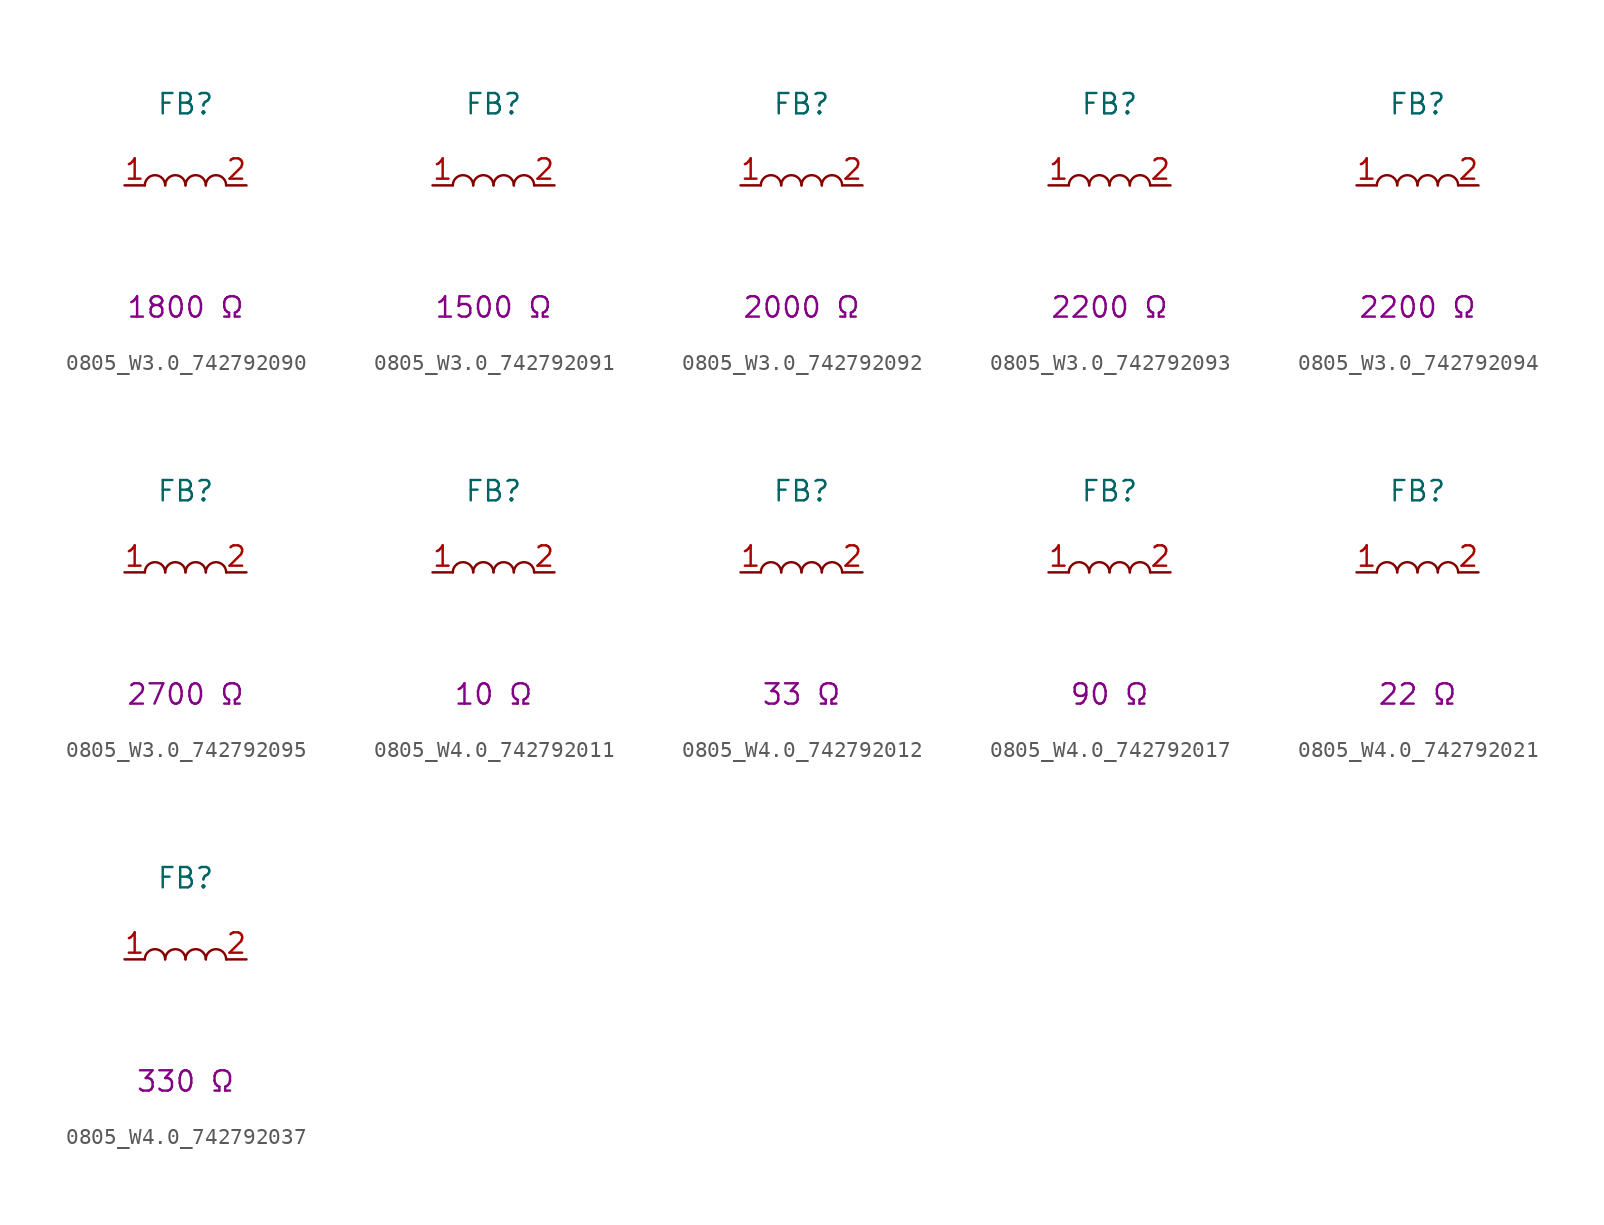
<source format=kicad_sym>
(kicad_symbol_lib
  (version 20220914)
  (generator kicad_symbol_editor)
  (symbol "0805_W3.0_742792090"
    (pin_names hide)
    (property "Reference" "FB"
      (at 0 5.08 0)
      (effects (font (size 1.27 1.27))))
    (property "Critical Parameter" "1800 Ω"
      (at 0 -7.62 0)
      (effects (font (size 1.27 1.27))))
    (symbol "0805_W3.0_742792090_0_1"
      (arc (start -1.27 0) (mid -1.905 0.6323) (end -2.54 0) (stroke (width 0) (type default)) (fill (type none)))
      (arc (start 0 0) (mid -0.635 0.6323) (end -1.27 0) (stroke (width 0) (type default)) (fill (type none)))
      (arc (start 1.27 0) (mid 0.635 0.6323) (end 0 0) (stroke (width 0) (type default)) (fill (type none)))
      (arc (start 2.54 0) (mid 1.905 0.6323) (end 1.27 0) (stroke (width 0) (type default)) (fill (type none))))
    (symbol "0805_W3.0_742792090_1_1"
      (pin passive line (at -3.81 0 0) (length 1.27) (name "1" (effects (font (size 1.27 1.27)))) (number "1" (effects (font (size 1.27 1.27)))))
      (pin passive line (at 3.81 0 180) (length 1.27) (name "2" (effects (font (size 1.27 1.27)))) (number "2" (effects (font (size 1.27 1.27)))))))
  (symbol "0805_W3.0_742792091"
    (pin_names hide)
    (property "Reference" "FB"
      (at 0 5.08 0)
      (effects (font (size 1.27 1.27))))
    (property "Critical Parameter" "1500 Ω"
      (at 0 -7.62 0)
      (effects (font (size 1.27 1.27))))
    (symbol "0805_W3.0_742792091_0_1"
      (arc (start -1.27 0) (mid -1.905 0.6323) (end -2.54 0) (stroke (width 0) (type default)) (fill (type none)))
      (arc (start 0 0) (mid -0.635 0.6323) (end -1.27 0) (stroke (width 0) (type default)) (fill (type none)))
      (arc (start 1.27 0) (mid 0.635 0.6323) (end 0 0) (stroke (width 0) (type default)) (fill (type none)))
      (arc (start 2.54 0) (mid 1.905 0.6323) (end 1.27 0) (stroke (width 0) (type default)) (fill (type none))))
    (symbol "0805_W3.0_742792091_1_1"
      (pin passive line (at -3.81 0 0) (length 1.27) (name "1" (effects (font (size 1.27 1.27)))) (number "1" (effects (font (size 1.27 1.27)))))
      (pin passive line (at 3.81 0 180) (length 1.27) (name "2" (effects (font (size 1.27 1.27)))) (number "2" (effects (font (size 1.27 1.27)))))))
  (symbol "0805_W3.0_742792092"
    (pin_names hide)
    (property "Reference" "FB"
      (at 0 5.08 0)
      (effects (font (size 1.27 1.27))))
    (property "Critical Parameter" "2000 Ω"
      (at 0 -7.62 0)
      (effects (font (size 1.27 1.27))))
    (symbol "0805_W3.0_742792092_0_1"
      (arc (start -1.27 0) (mid -1.905 0.6323) (end -2.54 0) (stroke (width 0) (type default)) (fill (type none)))
      (arc (start 0 0) (mid -0.635 0.6323) (end -1.27 0) (stroke (width 0) (type default)) (fill (type none)))
      (arc (start 1.27 0) (mid 0.635 0.6323) (end 0 0) (stroke (width 0) (type default)) (fill (type none)))
      (arc (start 2.54 0) (mid 1.905 0.6323) (end 1.27 0) (stroke (width 0) (type default)) (fill (type none))))
    (symbol "0805_W3.0_742792092_1_1"
      (pin passive line (at -3.81 0 0) (length 1.27) (name "1" (effects (font (size 1.27 1.27)))) (number "1" (effects (font (size 1.27 1.27)))))
      (pin passive line (at 3.81 0 180) (length 1.27) (name "2" (effects (font (size 1.27 1.27)))) (number "2" (effects (font (size 1.27 1.27)))))))
  (symbol "0805_W3.0_742792093"
    (pin_names hide)
    (property "Reference" "FB"
      (at 0 5.08 0)
      (effects (font (size 1.27 1.27))))
    (property "Critical Parameter" "2200 Ω"
      (at 0 -7.62 0)
      (effects (font (size 1.27 1.27))))
    (symbol "0805_W3.0_742792093_0_1"
      (arc (start -1.27 0) (mid -1.905 0.6323) (end -2.54 0) (stroke (width 0) (type default)) (fill (type none)))
      (arc (start 0 0) (mid -0.635 0.6323) (end -1.27 0) (stroke (width 0) (type default)) (fill (type none)))
      (arc (start 1.27 0) (mid 0.635 0.6323) (end 0 0) (stroke (width 0) (type default)) (fill (type none)))
      (arc (start 2.54 0) (mid 1.905 0.6323) (end 1.27 0) (stroke (width 0) (type default)) (fill (type none))))
    (symbol "0805_W3.0_742792093_1_1"
      (pin passive line (at -3.81 0 0) (length 1.27) (name "1" (effects (font (size 1.27 1.27)))) (number "1" (effects (font (size 1.27 1.27)))))
      (pin passive line (at 3.81 0 180) (length 1.27) (name "2" (effects (font (size 1.27 1.27)))) (number "2" (effects (font (size 1.27 1.27)))))))
  (symbol "0805_W3.0_742792094"
    (pin_names hide)
    (property "Reference" "FB"
      (at 0 5.08 0)
      (effects (font (size 1.27 1.27))))
    (property "Critical Parameter" "2200 Ω"
      (at 0 -7.62 0)
      (effects (font (size 1.27 1.27))))
    (symbol "0805_W3.0_742792094_0_1"
      (arc (start -1.27 0) (mid -1.905 0.6323) (end -2.54 0) (stroke (width 0) (type default)) (fill (type none)))
      (arc (start 0 0) (mid -0.635 0.6323) (end -1.27 0) (stroke (width 0) (type default)) (fill (type none)))
      (arc (start 1.27 0) (mid 0.635 0.6323) (end 0 0) (stroke (width 0) (type default)) (fill (type none)))
      (arc (start 2.54 0) (mid 1.905 0.6323) (end 1.27 0) (stroke (width 0) (type default)) (fill (type none))))
    (symbol "0805_W3.0_742792094_1_1"
      (pin passive line (at -3.81 0 0) (length 1.27) (name "1" (effects (font (size 1.27 1.27)))) (number "1" (effects (font (size 1.27 1.27)))))
      (pin passive line (at 3.81 0 180) (length 1.27) (name "2" (effects (font (size 1.27 1.27)))) (number "2" (effects (font (size 1.27 1.27)))))))
  (symbol "0805_W3.0_742792095"
    (pin_names hide)
    (property "Reference" "FB"
      (at 0 5.08 0)
      (effects (font (size 1.27 1.27))))
    (property "Critical Parameter" "2700 Ω"
      (at 0 -7.62 0)
      (effects (font (size 1.27 1.27))))
    (symbol "0805_W3.0_742792095_0_1"
      (arc (start -1.27 0) (mid -1.905 0.6323) (end -2.54 0) (stroke (width 0) (type default)) (fill (type none)))
      (arc (start 0 0) (mid -0.635 0.6323) (end -1.27 0) (stroke (width 0) (type default)) (fill (type none)))
      (arc (start 1.27 0) (mid 0.635 0.6323) (end 0 0) (stroke (width 0) (type default)) (fill (type none)))
      (arc (start 2.54 0) (mid 1.905 0.6323) (end 1.27 0) (stroke (width 0) (type default)) (fill (type none))))
    (symbol "0805_W3.0_742792095_1_1"
      (pin passive line (at -3.81 0 0) (length 1.27) (name "1" (effects (font (size 1.27 1.27)))) (number "1" (effects (font (size 1.27 1.27)))))
      (pin passive line (at 3.81 0 180) (length 1.27) (name "2" (effects (font (size 1.27 1.27)))) (number "2" (effects (font (size 1.27 1.27)))))))
  (symbol "0805_W4.0_742792011"
    (pin_names hide)
    (property "Reference" "FB"
      (at 0 5.08 0)
      (effects (font (size 1.27 1.27))))
    (property "Critical Parameter" "10 Ω"
      (at 0 -7.62 0)
      (effects (font (size 1.27 1.27))))
    (symbol "0805_W4.0_742792011_0_1"
      (arc (start -1.27 0) (mid -1.905 0.6323) (end -2.54 0) (stroke (width 0) (type default)) (fill (type none)))
      (arc (start 0 0) (mid -0.635 0.6323) (end -1.27 0) (stroke (width 0) (type default)) (fill (type none)))
      (arc (start 1.27 0) (mid 0.635 0.6323) (end 0 0) (stroke (width 0) (type default)) (fill (type none)))
      (arc (start 2.54 0) (mid 1.905 0.6323) (end 1.27 0) (stroke (width 0) (type default)) (fill (type none))))
    (symbol "0805_W4.0_742792011_1_1"
      (pin passive line (at -3.81 0 0) (length 1.27) (name "1" (effects (font (size 1.27 1.27)))) (number "1" (effects (font (size 1.27 1.27)))))
      (pin passive line (at 3.81 0 180) (length 1.27) (name "2" (effects (font (size 1.27 1.27)))) (number "2" (effects (font (size 1.27 1.27)))))))
  (symbol "0805_W4.0_742792012"
    (pin_names hide)
    (property "Reference" "FB"
      (at 0 5.08 0)
      (effects (font (size 1.27 1.27))))
    (property "Critical Parameter" "33 Ω"
      (at 0 -7.62 0)
      (effects (font (size 1.27 1.27))))
    (symbol "0805_W4.0_742792012_0_1"
      (arc (start -1.27 0) (mid -1.905 0.6323) (end -2.54 0) (stroke (width 0) (type default)) (fill (type none)))
      (arc (start 0 0) (mid -0.635 0.6323) (end -1.27 0) (stroke (width 0) (type default)) (fill (type none)))
      (arc (start 1.27 0) (mid 0.635 0.6323) (end 0 0) (stroke (width 0) (type default)) (fill (type none)))
      (arc (start 2.54 0) (mid 1.905 0.6323) (end 1.27 0) (stroke (width 0) (type default)) (fill (type none))))
    (symbol "0805_W4.0_742792012_1_1"
      (pin passive line (at -3.81 0 0) (length 1.27) (name "1" (effects (font (size 1.27 1.27)))) (number "1" (effects (font (size 1.27 1.27)))))
      (pin passive line (at 3.81 0 180) (length 1.27) (name "2" (effects (font (size 1.27 1.27)))) (number "2" (effects (font (size 1.27 1.27)))))))
  (symbol "0805_W4.0_742792017"
    (pin_names hide)
    (property "Reference" "FB"
      (at 0 5.08 0)
      (effects (font (size 1.27 1.27))))
    (property "Critical Parameter" "90 Ω"
      (at 0 -7.62 0)
      (effects (font (size 1.27 1.27))))
    (symbol "0805_W4.0_742792017_0_1"
      (arc (start -1.27 0) (mid -1.905 0.6323) (end -2.54 0) (stroke (width 0) (type default)) (fill (type none)))
      (arc (start 0 0) (mid -0.635 0.6323) (end -1.27 0) (stroke (width 0) (type default)) (fill (type none)))
      (arc (start 1.27 0) (mid 0.635 0.6323) (end 0 0) (stroke (width 0) (type default)) (fill (type none)))
      (arc (start 2.54 0) (mid 1.905 0.6323) (end 1.27 0) (stroke (width 0) (type default)) (fill (type none))))
    (symbol "0805_W4.0_742792017_1_1"
      (pin passive line (at -3.81 0 0) (length 1.27) (name "1" (effects (font (size 1.27 1.27)))) (number "1" (effects (font (size 1.27 1.27)))))
      (pin passive line (at 3.81 0 180) (length 1.27) (name "2" (effects (font (size 1.27 1.27)))) (number "2" (effects (font (size 1.27 1.27)))))))
  (symbol "0805_W4.0_742792021"
    (pin_names hide)
    (property "Reference" "FB"
      (at 0 5.08 0)
      (effects (font (size 1.27 1.27))))
    (property "Critical Parameter" "22 Ω"
      (at 0 -7.62 0)
      (effects (font (size 1.27 1.27))))
    (symbol "0805_W4.0_742792021_0_1"
      (arc (start -1.27 0) (mid -1.905 0.6323) (end -2.54 0) (stroke (width 0) (type default)) (fill (type none)))
      (arc (start 0 0) (mid -0.635 0.6323) (end -1.27 0) (stroke (width 0) (type default)) (fill (type none)))
      (arc (start 1.27 0) (mid 0.635 0.6323) (end 0 0) (stroke (width 0) (type default)) (fill (type none)))
      (arc (start 2.54 0) (mid 1.905 0.6323) (end 1.27 0) (stroke (width 0) (type default)) (fill (type none))))
    (symbol "0805_W4.0_742792021_1_1"
      (pin passive line (at -3.81 0 0) (length 1.27) (name "1" (effects (font (size 1.27 1.27)))) (number "1" (effects (font (size 1.27 1.27)))))
      (pin passive line (at 3.81 0 180) (length 1.27) (name "2" (effects (font (size 1.27 1.27)))) (number "2" (effects (font (size 1.27 1.27)))))))
  (symbol "0805_W4.0_742792037"
    (pin_names hide)
    (property "Reference" "FB"
      (at 0 5.08 0)
      (effects (font (size 1.27 1.27))))
    (property "Critical Parameter" "330 Ω"
      (at 0 -7.62 0)
      (effects (font (size 1.27 1.27))))
    (symbol "0805_W4.0_742792037_0_1"
      (arc (start -1.27 0) (mid -1.905 0.6323) (end -2.54 0) (stroke (width 0) (type default)) (fill (type none)))
      (arc (start 0 0) (mid -0.635 0.6323) (end -1.27 0) (stroke (width 0) (type default)) (fill (type none)))
      (arc (start 1.27 0) (mid 0.635 0.6323) (end 0 0) (stroke (width 0) (type default)) (fill (type none)))
      (arc (start 2.54 0) (mid 1.905 0.6323) (end 1.27 0) (stroke (width 0) (type default)) (fill (type none))))
    (symbol "0805_W4.0_742792037_1_1"
      (pin passive line (at -3.81 0 0) (length 1.27) (name "1" (effects (font (size 1.27 1.27)))) (number "1" (effects (font (size 1.27 1.27)))))
      (pin passive line (at 3.81 0 180) (length 1.27) (name "2" (effects (font (size 1.27 1.27)))) (number "2" (effects (font (size 1.27 1.27))))))))
</source>
